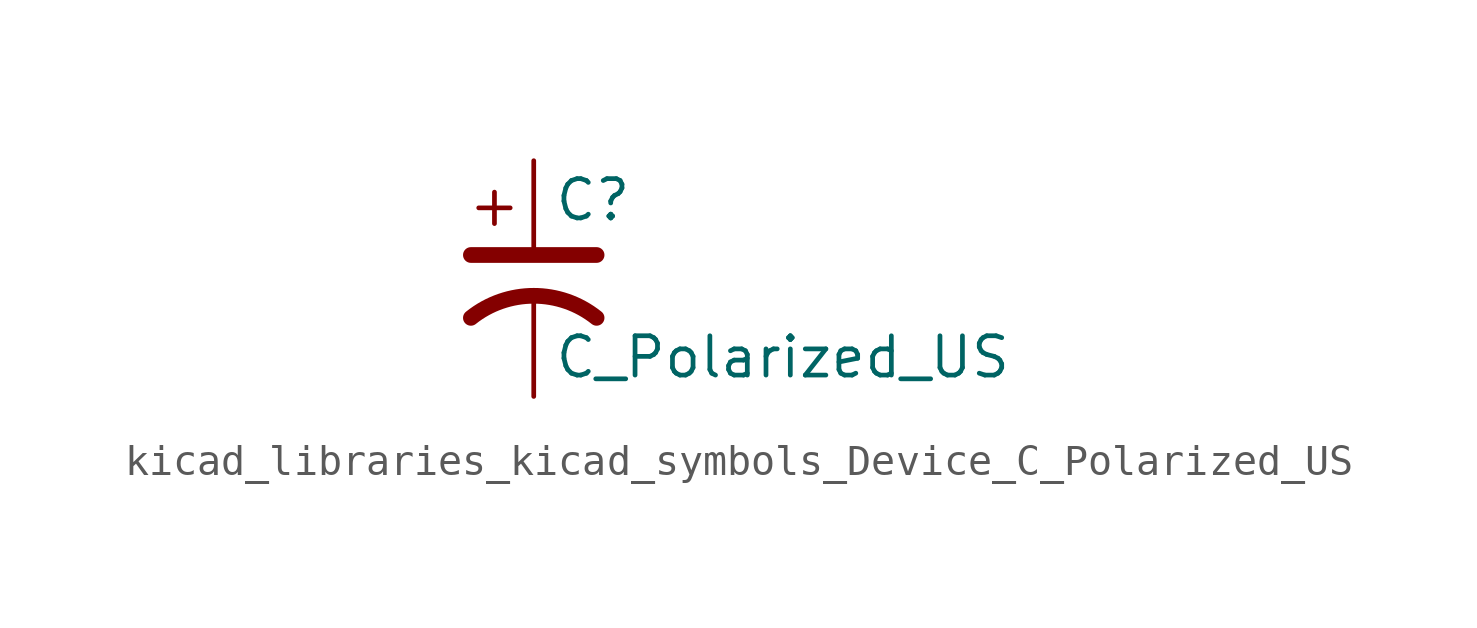
<source format=kicad_sym>
(kicad_symbol_lib
  (version 20220914)
  (generator kicad_symbol_editor)
  (symbol "kicad_libraries_kicad_symbols_Device_C_Polarized_US"
    (pin_numbers hide)
    (pin_names
      (offset 0.254) hide)
    (property "Reference" "C"
      (at 0.635 2.54 0)
      (effects (font (size 1.27 1.27)) (justify left)))
    (property "Value" "C_Polarized_US"
      (at 0.635 -2.54 0)
      (effects (font (size 1.27 1.27)) (justify left)))
    (symbol "kicad_libraries_kicad_symbols_Device_C_Polarized_US_0_1"
      (polyline (pts (xy -2.032 0.762) (xy 2.032 0.762)) (stroke (width 0.508) (type default)) (fill (type none)))
      (polyline (pts (xy -1.778 2.286) (xy -0.762 2.286)) (stroke (width 0) (type default)) (fill (type none)))
      (polyline (pts (xy -1.27 1.778) (xy -1.27 2.794)) (stroke (width 0) (type default)) (fill (type none)))
      (arc (start 2.032 -1.27) (mid 0 -0.5572) (end -2.032 -1.27) (stroke (width 0.508) (type default)) (fill (type none))))
    (symbol "kicad_libraries_kicad_symbols_Device_C_Polarized_US_1_1"
      (pin passive line (at 0 3.81 270) (length 2.794) (name "~" (effects (font (size 1.27 1.27)))) (number "1" (effects (font (size 1.27 1.27)))))
      (pin passive line (at 0 -3.81 90) (length 3.302) (name "~" (effects (font (size 1.27 1.27)))) (number "2" (effects (font (size 1.27 1.27))))))))
</source>
